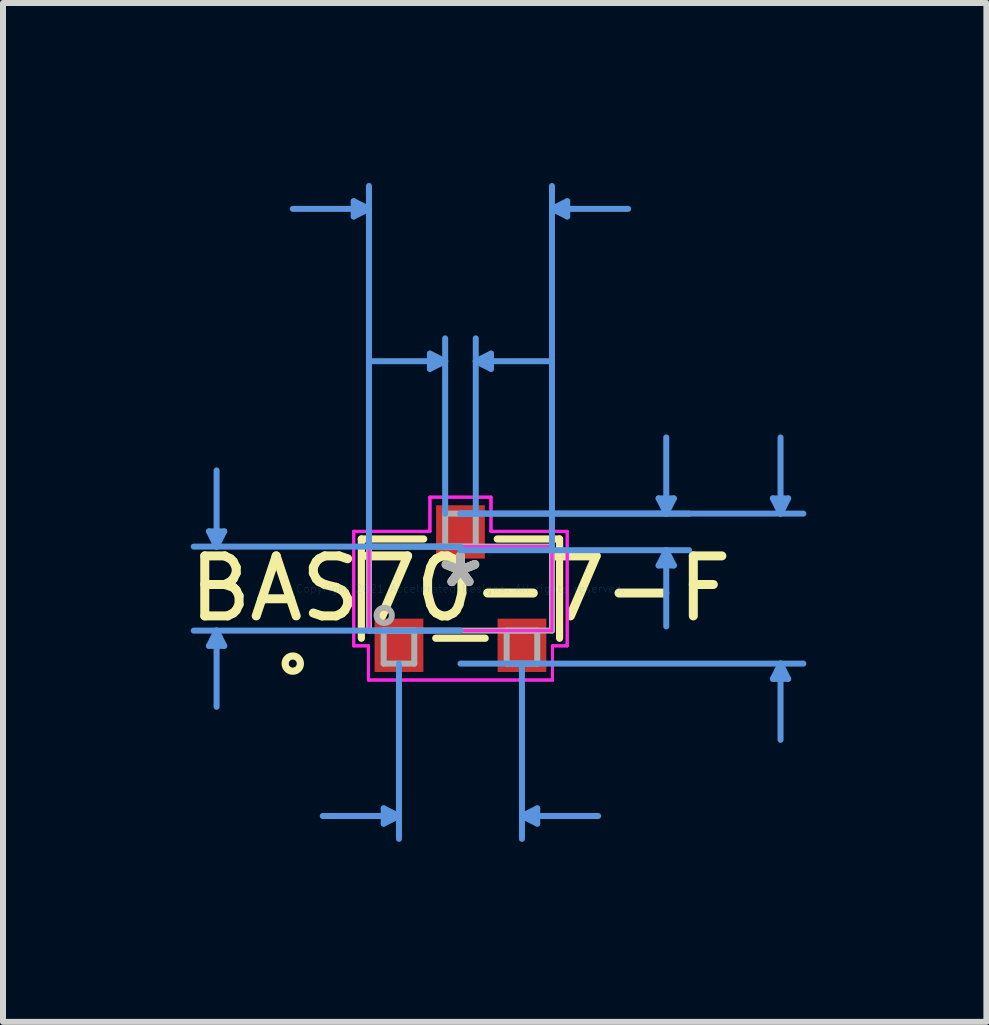
<source format=kicad_pcb>
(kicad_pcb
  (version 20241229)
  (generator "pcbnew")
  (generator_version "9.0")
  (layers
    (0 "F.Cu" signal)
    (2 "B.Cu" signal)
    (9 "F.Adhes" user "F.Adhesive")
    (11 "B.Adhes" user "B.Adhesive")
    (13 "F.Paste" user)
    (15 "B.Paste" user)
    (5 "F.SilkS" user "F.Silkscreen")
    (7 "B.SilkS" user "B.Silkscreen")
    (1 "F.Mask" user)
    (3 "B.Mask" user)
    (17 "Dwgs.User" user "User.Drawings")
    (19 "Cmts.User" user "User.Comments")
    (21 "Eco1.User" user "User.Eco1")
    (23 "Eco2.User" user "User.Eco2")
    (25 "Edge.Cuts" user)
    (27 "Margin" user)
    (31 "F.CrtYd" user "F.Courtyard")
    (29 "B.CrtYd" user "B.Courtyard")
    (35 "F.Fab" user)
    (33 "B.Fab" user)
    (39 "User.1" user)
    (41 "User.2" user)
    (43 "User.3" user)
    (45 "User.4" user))
  (footprint "BAS70-7-F"
    (layer "F.Cu")
    (at 4.625 6.761)
    (property "Reference" "BAS70-7-F" (at 0 0 0) (layer "F.SilkS") (effects (font (size 1 1) (thickness 0.15))))
    (attr through_hole)
    (fp_line (start -1.652 -0.827) (end -1.652 0.827) (stroke (width 0.12) (type solid)) (layer "F.SilkS"))
    (fp_line (start -0.613 -0.827) (end -1.652 -0.827) (stroke (width 0.12) (type solid)) (layer "F.SilkS"))
    (fp_line (start -0.412 0.827) (end 0.412 0.827) (stroke (width 0.12) (type solid)) (layer "F.SilkS"))
    (fp_line (start 1.652 -0.827) (end 0.613 -0.827) (stroke (width 0.12) (type solid)) (layer "F.SilkS"))
    (fp_line (start 1.652 0.827) (end 1.652 -0.827) (stroke (width 0.12) (type solid)) (layer "F.SilkS"))
    (fp_circle (center -2.795 1.25) (end -2.668 1.25) (stroke (width 0.12) (type solid)) (fill no) (layer "F.SilkS"))
    (fp_line (start -4.192 -0.954) (end -3.938 -0.954) (stroke (width 0.1) (type solid)) (layer "Cmts.User"))
    (fp_line (start -4.192 0.954) (end -3.938 0.954) (stroke (width 0.1) (type solid)) (layer "Cmts.User"))
    (fp_line (start -4.065 -0.7) (end -4.192 -0.954) (stroke (width 0.1) (type solid)) (layer "Cmts.User"))
    (fp_line (start -4.065 -0.7) (end -4.065 -1.97) (stroke (width 0.1) (type solid)) (layer "Cmts.User"))
    (fp_line (start -4.065 -0.7) (end -3.938 -0.954) (stroke (width 0.1) (type solid)) (layer "Cmts.User"))
    (fp_line (start -4.065 0.7) (end -4.192 0.954) (stroke (width 0.1) (type solid)) (layer "Cmts.User"))
    (fp_line (start -4.065 0.7) (end -4.065 1.97) (stroke (width 0.1) (type solid)) (layer "Cmts.User"))
    (fp_line (start -4.065 0.7) (end -3.938 0.954) (stroke (width 0.1) (type solid)) (layer "Cmts.User"))
    (fp_line (start -1.779 -6.457) (end -1.779 -6.203) (stroke (width 0.1) (type solid)) (layer "Cmts.User"))
    (fp_line (start -1.525 -6.33) (end -2.795 -6.33) (stroke (width 0.1) (type solid)) (layer "Cmts.User"))
    (fp_line (start -1.525 -6.33) (end -1.779 -6.457) (stroke (width 0.1) (type solid)) (layer "Cmts.User"))
    (fp_line (start -1.525 -6.33) (end -1.779 -6.203) (stroke (width 0.1) (type solid)) (layer "Cmts.User"))
    (fp_line (start -1.525 -0.7) (end -1.525 -6.711) (stroke (width 0.1) (type solid)) (layer "Cmts.User"))
    (fp_line (start -1.279 3.663) (end -1.279 3.917) (stroke (width 0.1) (type solid)) (layer "Cmts.User"))
    (fp_line (start -1.025 1.25) (end -1.025 4.171) (stroke (width 0.1) (type solid)) (layer "Cmts.User"))
    (fp_line (start -1.025 3.79) (end -2.295 3.79) (stroke (width 0.1) (type solid)) (layer "Cmts.User"))
    (fp_line (start -1.025 3.79) (end -1.279 3.663) (stroke (width 0.1) (type solid)) (layer "Cmts.User"))
    (fp_line (start -1.025 3.79) (end -1.279 3.917) (stroke (width 0.1) (type solid)) (layer "Cmts.User"))
    (fp_line (start -0.509 -3.917) (end -0.509 -3.663) (stroke (width 0.1) (type solid)) (layer "Cmts.User"))
    (fp_line (start -0.255 -3.79) (end -1.525 -3.79) (stroke (width 0.1) (type solid)) (layer "Cmts.User"))
    (fp_line (start -0.255 -3.79) (end -0.509 -3.917) (stroke (width 0.1) (type solid)) (layer "Cmts.User"))
    (fp_line (start -0.255 -3.79) (end -0.509 -3.663) (stroke (width 0.1) (type solid)) (layer "Cmts.User"))
    (fp_line (start -0.255 -1.25) (end -0.255 -4.171) (stroke (width 0.1) (type solid)) (layer "Cmts.User"))
    (fp_line (start 0 -1.25) (end 3.811 -1.25) (stroke (width 0.1) (type solid)) (layer "Cmts.User"))
    (fp_line (start 0 -1.25) (end 5.716 -1.25) (stroke (width 0.1) (type solid)) (layer "Cmts.User"))
    (fp_line (start 0 -0.7) (end -4.446 -0.7) (stroke (width 0.1) (type solid)) (layer "Cmts.User"))
    (fp_line (start 0 -0.64) (end 3.811 -0.64) (stroke (width 0.1) (type solid)) (layer "Cmts.User"))
    (fp_line (start 0 0.7) (end -4.446 0.7) (stroke (width 0.1) (type solid)) (layer "Cmts.User"))
    (fp_line (start 0 1.25) (end 5.716 1.25) (stroke (width 0.1) (type solid)) (layer "Cmts.User"))
    (fp_line (start 0.255 -3.79) (end 0.509 -3.917) (stroke (width 0.1) (type solid)) (layer "Cmts.User"))
    (fp_line (start 0.255 -3.79) (end 0.509 -3.663) (stroke (width 0.1) (type solid)) (layer "Cmts.User"))
    (fp_line (start 0.255 -3.79) (end 1.525 -3.79) (stroke (width 0.1) (type solid)) (layer "Cmts.User"))
    (fp_line (start 0.255 -1.25) (end 0.255 -4.171) (stroke (width 0.1) (type solid)) (layer "Cmts.User"))
    (fp_line (start 0.509 -3.917) (end 0.509 -3.663) (stroke (width 0.1) (type solid)) (layer "Cmts.User"))
    (fp_line (start 1.025 1.25) (end 1.025 4.171) (stroke (width 0.1) (type solid)) (layer "Cmts.User"))
    (fp_line (start 1.025 3.79) (end 1.279 3.663) (stroke (width 0.1) (type solid)) (layer "Cmts.User"))
    (fp_line (start 1.025 3.79) (end 1.279 3.917) (stroke (width 0.1) (type solid)) (layer "Cmts.User"))
    (fp_line (start 1.025 3.79) (end 2.295 3.79) (stroke (width 0.1) (type solid)) (layer "Cmts.User"))
    (fp_line (start 1.279 3.663) (end 1.279 3.917) (stroke (width 0.1) (type solid)) (layer "Cmts.User"))
    (fp_line (start 1.525 -6.33) (end 1.779 -6.457) (stroke (width 0.1) (type solid)) (layer "Cmts.User"))
    (fp_line (start 1.525 -6.33) (end 1.779 -6.203) (stroke (width 0.1) (type solid)) (layer "Cmts.User"))
    (fp_line (start 1.525 -6.33) (end 2.795 -6.33) (stroke (width 0.1) (type solid)) (layer "Cmts.User"))
    (fp_line (start 1.525 -0.7) (end 1.525 -6.711) (stroke (width 0.1) (type solid)) (layer "Cmts.User"))
    (fp_line (start 1.779 -6.457) (end 1.779 -6.203) (stroke (width 0.1) (type solid)) (layer "Cmts.User"))
    (fp_line (start 3.303 -1.504) (end 3.557 -1.504) (stroke (width 0.1) (type solid)) (layer "Cmts.User"))
    (fp_line (start 3.303 -0.386) (end 3.557 -0.386) (stroke (width 0.1) (type solid)) (layer "Cmts.User"))
    (fp_line (start 3.43 -1.25) (end 3.303 -1.504) (stroke (width 0.1) (type solid)) (layer "Cmts.User"))
    (fp_line (start 3.43 -1.25) (end 3.43 -2.52) (stroke (width 0.1) (type solid)) (layer "Cmts.User"))
    (fp_line (start 3.43 -1.25) (end 3.557 -1.504) (stroke (width 0.1) (type solid)) (layer "Cmts.User"))
    (fp_line (start 3.43 -0.64) (end 3.303 -0.386) (stroke (width 0.1) (type solid)) (layer "Cmts.User"))
    (fp_line (start 3.43 -0.64) (end 3.43 0.63) (stroke (width 0.1) (type solid)) (layer "Cmts.User"))
    (fp_line (start 3.43 -0.64) (end 3.557 -0.386) (stroke (width 0.1) (type solid)) (layer "Cmts.User"))
    (fp_line (start 5.208 -1.504) (end 5.462 -1.504) (stroke (width 0.1) (type solid)) (layer "Cmts.User"))
    (fp_line (start 5.208 1.504) (end 5.462 1.504) (stroke (width 0.1) (type solid)) (layer "Cmts.User"))
    (fp_line (start 5.335 -1.25) (end 5.208 -1.504) (stroke (width 0.1) (type solid)) (layer "Cmts.User"))
    (fp_line (start 5.335 -1.25) (end 5.335 -2.52) (stroke (width 0.1) (type solid)) (layer "Cmts.User"))
    (fp_line (start 5.335 -1.25) (end 5.462 -1.504) (stroke (width 0.1) (type solid)) (layer "Cmts.User"))
    (fp_line (start 5.335 1.25) (end 5.208 1.504) (stroke (width 0.1) (type solid)) (layer "Cmts.User"))
    (fp_line (start 5.335 1.25) (end 5.335 2.52) (stroke (width 0.1) (type solid)) (layer "Cmts.User"))
    (fp_line (start 5.335 1.25) (end 5.462 1.504) (stroke (width 0.1) (type solid)) (layer "Cmts.User"))
    (fp_line (start -1.779 -0.954) (end -0.509 -0.954) (stroke (width 0.05) (type solid)) (layer "F.CrtYd"))
    (fp_line (start -1.779 -0.954) (end -0.509 -0.954) (stroke (width 0.05) (type solid)) (layer "F.CrtYd"))
    (fp_line (start -1.779 0.954) (end -1.779 -0.954) (stroke (width 0.05) (type solid)) (layer "F.CrtYd"))
    (fp_line (start -1.779 0.954) (end -1.779 -0.954) (stroke (width 0.05) (type solid)) (layer "F.CrtYd"))
    (fp_line (start -1.779 0.954) (end -1.534 0.954) (stroke (width 0.05) (type solid)) (layer "F.CrtYd"))
    (fp_line (start -1.534 0.954) (end -1.779 0.954) (stroke (width 0.05) (type solid)) (layer "F.CrtYd"))
    (fp_line (start -1.534 0.954) (end -1.534 1.524) (stroke (width 0.05) (type solid)) (layer "F.CrtYd"))
    (fp_line (start -1.534 1.524) (end -1.534 0.954) (stroke (width 0.05) (type solid)) (layer "F.CrtYd"))
    (fp_line (start -1.525 -0.7) (end 1.525 -0.7) (stroke (width 0.05) (type solid)) (layer "F.CrtYd"))
    (fp_line (start -1.525 0.7) (end -1.525 -0.7) (stroke (width 0.05) (type solid)) (layer "F.CrtYd"))
    (fp_line (start -1.524 1.524) (end 1.524 1.524) (stroke (width 0.05) (type solid)) (layer "F.CrtYd"))
    (fp_line (start -0.509 -1.524) (end 0.508 -1.524) (stroke (width 0.05) (type solid)) (layer "F.CrtYd"))
    (fp_line (start -0.509 -1.524) (end 0.509 -1.524) (stroke (width 0.05) (type solid)) (layer "F.CrtYd"))
    (fp_line (start -0.509 -0.954) (end -0.509 -1.524) (stroke (width 0.05) (type solid)) (layer "F.CrtYd"))
    (fp_line (start -0.509 -0.954) (end -0.508 -1.524) (stroke (width 0.05) (type solid)) (layer "F.CrtYd"))
    (fp_line (start 0.508 -1.524) (end 0.509 -0.954) (stroke (width 0.05) (type solid)) (layer "F.CrtYd"))
    (fp_line (start 0.509 -0.954) (end 0.509 -1.524) (stroke (width 0.05) (type solid)) (layer "F.CrtYd"))
    (fp_line (start 0.509 -0.954) (end 1.779 -0.954) (stroke (width 0.05) (type solid)) (layer "F.CrtYd"))
    (fp_line (start 1.525 -0.7) (end 1.525 0.7) (stroke (width 0.05) (type solid)) (layer "F.CrtYd"))
    (fp_line (start 1.525 0.7) (end -1.525 0.7) (stroke (width 0.05) (type solid)) (layer "F.CrtYd"))
    (fp_line (start 1.534 0.954) (end 1.534 1.524) (stroke (width 0.05) (type solid)) (layer "F.CrtYd"))
    (fp_line (start 1.534 0.954) (end 1.534 1.524) (stroke (width 0.05) (type solid)) (layer "F.CrtYd"))
    (fp_line (start 1.534 1.524) (end -1.534 1.524) (stroke (width 0.05) (type solid)) (layer "F.CrtYd"))
    (fp_line (start 1.779 -0.954) (end 0.509 -0.954) (stroke (width 0.05) (type solid)) (layer "F.CrtYd"))
    (fp_line (start 1.779 -0.954) (end 1.779 0.954) (stroke (width 0.05) (type solid)) (layer "F.CrtYd"))
    (fp_line (start 1.779 -0.954) (end 1.779 0.954) (stroke (width 0.05) (type solid)) (layer "F.CrtYd"))
    (fp_line (start 1.779 0.954) (end 1.534 0.954) (stroke (width 0.05) (type solid)) (layer "F.CrtYd"))
    (fp_line (start 1.779 0.954) (end 1.534 0.954) (stroke (width 0.05) (type solid)) (layer "F.CrtYd"))
    (fp_line (start -1.525 -0.7) (end -1.525 0.7) (stroke (width 0.1) (type solid)) (layer "F.Fab"))
    (fp_line (start -1.525 0.7) (end 1.525 0.7) (stroke (width 0.1) (type solid)) (layer "F.Fab"))
    (fp_line (start -1.28 0.7) (end -1.28 1.25) (stroke (width 0.1) (type solid)) (layer "F.Fab"))
    (fp_line (start -1.28 1.25) (end -0.77 1.25) (stroke (width 0.1) (type solid)) (layer "F.Fab"))
    (fp_line (start -0.77 0.7) (end -1.28 0.7) (stroke (width 0.1) (type solid)) (layer "F.Fab"))
    (fp_line (start -0.77 1.25) (end -0.77 0.7) (stroke (width 0.1) (type solid)) (layer "F.Fab"))
    (fp_line (start -0.255 -1.25) (end -0.255 -0.7) (stroke (width 0.1) (type solid)) (layer "F.Fab"))
    (fp_line (start -0.255 -0.7) (end 0.255 -0.7) (stroke (width 0.1) (type solid)) (layer "F.Fab"))
    (fp_line (start 0.255 -1.25) (end -0.255 -1.25) (stroke (width 0.1) (type solid)) (layer "F.Fab"))
    (fp_line (start 0.255 -0.7) (end 0.255 -1.25) (stroke (width 0.1) (type solid)) (layer "F.Fab"))
    (fp_line (start 0.77 0.7) (end 0.77 1.25) (stroke (width 0.1) (type solid)) (layer "F.Fab"))
    (fp_line (start 0.77 1.25) (end 1.28 1.25) (stroke (width 0.1) (type solid)) (layer "F.Fab"))
    (fp_line (start 1.28 0.7) (end 0.77 0.7) (stroke (width 0.1) (type solid)) (layer "F.Fab"))
    (fp_line (start 1.28 1.25) (end 1.28 0.7) (stroke (width 0.1) (type solid)) (layer "F.Fab"))
    (fp_line (start 1.525 -0.7) (end -1.525 -0.7) (stroke (width 0.1) (type solid)) (layer "F.Fab"))
    (fp_line (start 1.525 0.7) (end 1.525 -0.7) (stroke (width 0.1) (type solid)) (layer "F.Fab"))
    (fp_circle (center -1.271 0.446) (end -1.144 0.446) (stroke (width 0.1) (type solid)) (fill no) (layer "F.Fab"))
    (fp_text user "*" (at 0 0 0) (layer "F.SilkS") (effects (font (size 1 1) (thickness 0.15))))
    (fp_text user "Copyright 2021 Accelerated Designs. All rights reserved." (at 0 0 0) (layer "Cmts.User") (effects (font (size 0.127 0.127) (thickness 0.002))))
    (fp_text user "*" (at 0 0 0) (layer "F.Fab") (effects (font (size 1 1) (thickness 0.15))))
    (pad "1" smd rect (at -1.025 0.945) (size 0.813 0.889) (layers "F.Cu" "F.Mask" "F.Paste"))
    (pad "2" smd rect (at 1.025 0.945) (size 0.813 0.889) (layers "F.Cu" "F.Mask" "F.Paste"))
    (pad "3" smd rect (at 0 -0.945) (size 0.813 0.889) (layers "F.Cu" "F.Mask" "F.Paste")))
  (gr_rect
    (start -3 -3)
    (end 13.391 13.982)
    (stroke (width 0.1) (type default))
    (fill no)
    (layer "Edge.Cuts")))
</source>
